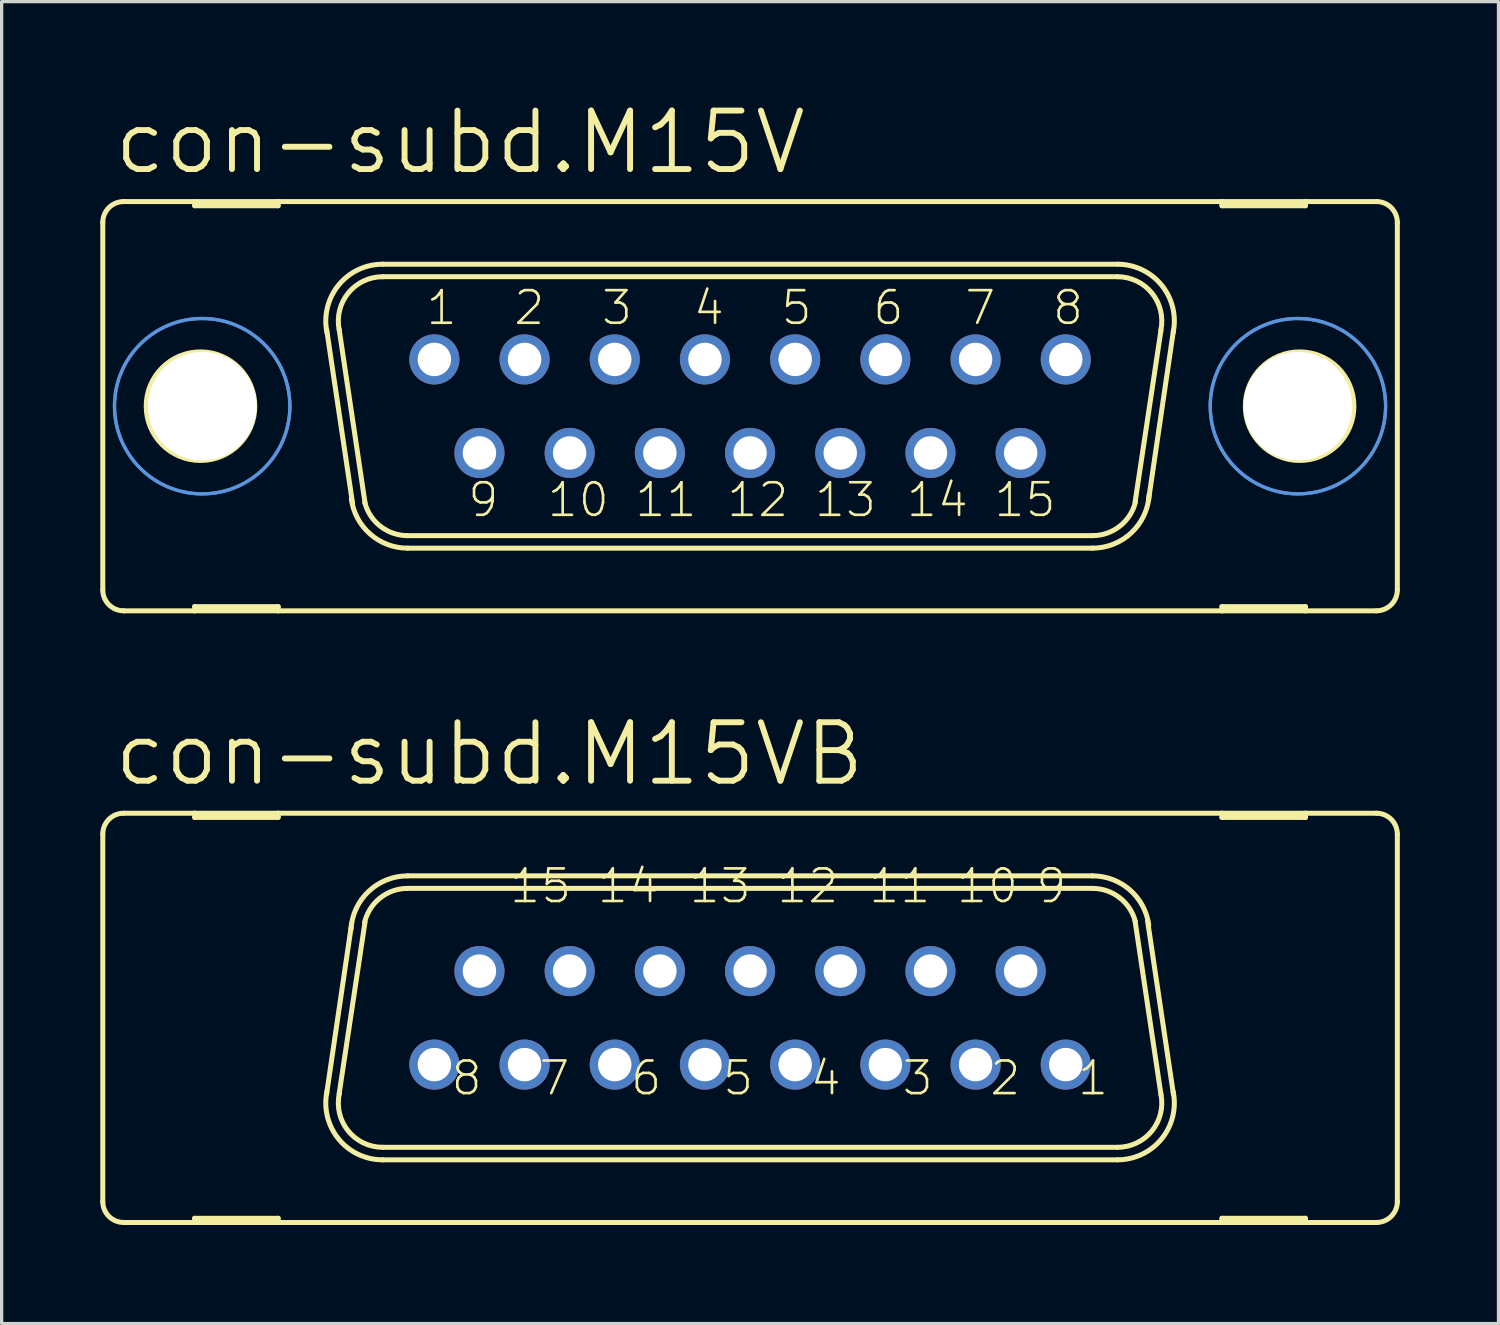
<source format=kicad_pcb>
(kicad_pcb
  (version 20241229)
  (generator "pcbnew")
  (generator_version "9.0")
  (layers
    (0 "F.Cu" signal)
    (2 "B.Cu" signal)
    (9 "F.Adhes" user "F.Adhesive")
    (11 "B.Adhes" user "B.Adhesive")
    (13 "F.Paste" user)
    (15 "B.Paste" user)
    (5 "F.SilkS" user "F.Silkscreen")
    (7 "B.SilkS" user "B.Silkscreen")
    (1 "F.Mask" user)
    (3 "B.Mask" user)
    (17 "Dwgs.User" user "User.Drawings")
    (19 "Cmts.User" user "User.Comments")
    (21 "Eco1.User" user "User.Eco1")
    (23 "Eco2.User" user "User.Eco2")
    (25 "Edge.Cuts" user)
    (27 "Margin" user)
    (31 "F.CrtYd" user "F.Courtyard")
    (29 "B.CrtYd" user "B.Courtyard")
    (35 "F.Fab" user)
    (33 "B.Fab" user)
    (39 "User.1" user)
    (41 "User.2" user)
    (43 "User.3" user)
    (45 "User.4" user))
  (footprint "con-subd.M15V"
    (layer "F.Cu")
    (at 19.761 9.303)
    (property "Reference" "con-subd.M15V" (at -19.431 -6.985 0) (layer "F.SilkS") (effects (font (size 1.778 1.778) (thickness 0.18)) (justify left bottom)))
    (attr through_hole)
    (fp_line (start -19.685 -5.588) (end -19.685 5.588) (stroke (width 0.152) (type default)) (layer "F.SilkS"))
    (fp_line (start -19.05 6.223) (end -16.891 6.223) (stroke (width 0.152) (type default)) (layer "F.SilkS"))
    (fp_line (start -16.891 -6.223) (end -19.05 -6.223) (stroke (width 0.152) (type default)) (layer "F.SilkS"))
    (fp_line (start -16.891 -6.223) (end -16.891 -6.096) (stroke (width 0.152) (type default)) (layer "F.SilkS"))
    (fp_line (start -16.891 -6.096) (end -14.351 -6.096) (stroke (width 0.152) (type default)) (layer "F.SilkS"))
    (fp_line (start -16.891 6.096) (end -14.351 6.096) (stroke (width 0.152) (type default)) (layer "F.SilkS"))
    (fp_line (start -16.891 6.223) (end -16.891 6.096) (stroke (width 0.152) (type default)) (layer "F.SilkS"))
    (fp_line (start -16.891 6.223) (end -14.351 6.223) (stroke (width 0.152) (type default)) (layer "F.SilkS"))
    (fp_line (start -14.351 -6.223) (end -16.891 -6.223) (stroke (width 0.152) (type default)) (layer "F.SilkS"))
    (fp_line (start -14.351 -6.096) (end -14.351 -6.223) (stroke (width 0.152) (type default)) (layer "F.SilkS"))
    (fp_line (start -14.351 6.096) (end -14.351 6.223) (stroke (width 0.152) (type default)) (layer "F.SilkS"))
    (fp_line (start -14.351 6.223) (end 14.351 6.223) (stroke (width 0.152) (type default)) (layer "F.SilkS"))
    (fp_line (start -12.09 2.946) (end -12.878 -2.337) (stroke (width 0.152) (type default)) (layer "F.SilkS"))
    (fp_line (start -11.709 2.946) (end -12.497 -2.337) (stroke (width 0.152) (type default)) (layer "F.SilkS"))
    (fp_line (start -11.176 -4.318) (end 11.176 -4.318) (stroke (width 0.152) (type default)) (layer "F.SilkS"))
    (fp_line (start -11.176 -3.937) (end 11.176 -3.937) (stroke (width 0.152) (type default)) (layer "F.SilkS"))
    (fp_line (start -10.414 3.937) (end 10.414 3.937) (stroke (width 0.152) (type default)) (layer "F.SilkS"))
    (fp_line (start -10.414 4.318) (end 10.414 4.318) (stroke (width 0.152) (type default)) (layer "F.SilkS"))
    (fp_line (start 12.497 -2.311) (end 11.709 2.921) (stroke (width 0.152) (type default)) (layer "F.SilkS"))
    (fp_line (start 12.878 -2.311) (end 12.116 2.87) (stroke (width 0.152) (type default)) (layer "F.SilkS"))
    (fp_line (start 14.351 -6.223) (end -14.351 -6.223) (stroke (width 0.152) (type default)) (layer "F.SilkS"))
    (fp_line (start 14.351 -6.223) (end 14.351 -6.096) (stroke (width 0.152) (type default)) (layer "F.SilkS"))
    (fp_line (start 14.351 -6.096) (end 16.891 -6.096) (stroke (width 0.152) (type default)) (layer "F.SilkS"))
    (fp_line (start 14.351 6.096) (end 16.891 6.096) (stroke (width 0.152) (type default)) (layer "F.SilkS"))
    (fp_line (start 14.351 6.223) (end 14.351 6.096) (stroke (width 0.152) (type default)) (layer "F.SilkS"))
    (fp_line (start 14.351 6.223) (end 16.891 6.223) (stroke (width 0.152) (type default)) (layer "F.SilkS"))
    (fp_line (start 16.891 -6.223) (end 14.351 -6.223) (stroke (width 0.152) (type default)) (layer "F.SilkS"))
    (fp_line (start 16.891 -6.096) (end 16.891 -6.223) (stroke (width 0.152) (type default)) (layer "F.SilkS"))
    (fp_line (start 16.891 6.096) (end 16.891 6.223) (stroke (width 0.152) (type default)) (layer "F.SilkS"))
    (fp_line (start 16.891 6.223) (end 19.05 6.223) (stroke (width 0.152) (type default)) (layer "F.SilkS"))
    (fp_line (start 19.05 -6.223) (end 16.891 -6.223) (stroke (width 0.152) (type default)) (layer "F.SilkS"))
    (fp_line (start 19.685 -5.588) (end 19.685 5.588) (stroke (width 0.152) (type default)) (layer "F.SilkS"))
    (fp_arc (start -19.685 -5.588) (mid -19.499013 -6.037013) (end -19.05 -6.223) (stroke (width 0.1524) (type default)) (layer "F.SilkS"))
    (fp_arc (start -19.05 6.223) (mid -19.499013 6.037013) (end -19.685 5.588) (stroke (width 0.1524) (type default)) (layer "F.SilkS"))
    (fp_arc (start -12.8697 -2.2521) (mid -12.511717 -3.685841) (end -11.176 -4.318) (stroke (width 0.1524) (type default)) (layer "F.SilkS"))
    (fp_arc (start -12.4961 -2.3268) (mid -12.217082 -3.444284) (end -11.176 -3.937) (stroke (width 0.1524) (type default)) (layer "F.SilkS"))
    (fp_arc (start -10.414 3.937) (mid -11.2375 3.655746) (end -11.7169 2.9295) (stroke (width 0.1524) (type default)) (layer "F.SilkS"))
    (fp_arc (start -10.414 4.318) (mid -11.551711 3.890312) (end -12.126 2.8191) (stroke (width 0.1524) (type default)) (layer "F.SilkS"))
    (fp_arc (start 11.176 -4.318) (mid 12.511812 -3.685867) (end 12.87 -2.2521) (stroke (width 0.1524) (type default)) (layer "F.SilkS"))
    (fp_arc (start 11.176 -3.937) (mid 12.224556 -3.435184) (end 12.4915 -2.3038) (stroke (width 0.1524) (type default)) (layer "F.SilkS"))
    (fp_arc (start 11.7227 2.905) (mid 11.247256 3.647874) (end 10.414 3.937) (stroke (width 0.1524) (type default)) (layer "F.SilkS"))
    (fp_arc (start 12.1383 2.6849) (mid 11.601366 3.844828) (end 10.414 4.318) (stroke (width 0.1524) (type default)) (layer "F.SilkS"))
    (fp_arc (start 19.05 -6.223) (mid 19.499013 -6.037013) (end 19.685 -5.588) (stroke (width 0.1524) (type default)) (layer "F.SilkS"))
    (fp_arc (start 19.685 5.588) (mid 19.499013 6.037013) (end 19.05 6.223) (stroke (width 0.1524) (type default)) (layer "F.SilkS"))
    (fp_circle (center -16.713 0) (end -15.062 0) (stroke (width 0.152) (type default)) (fill no) (layer "F.SilkS"))
    (fp_circle (center 16.713 0) (end 18.364 0) (stroke (width 0.152) (type default)) (fill no) (layer "F.SilkS"))
    (fp_circle (center -16.662 0) (end -13.995 0) (stroke (width 0.1) (type default)) (fill no) (layer "Cmts.User"))
    (fp_circle (center -16.662 0) (end -13.995 0) (stroke (width 0.1) (type default)) (fill no) (layer "Cmts.User"))
    (fp_circle (center 16.662 0) (end 19.329 0) (stroke (width 0.1) (type default)) (fill no) (layer "Cmts.User"))
    (fp_circle (center 16.662 0) (end 19.329 0) (stroke (width 0.1) (type default)) (fill no) (layer "Cmts.User"))
    (fp_circle (center -9.601 -1.422) (end -9.347 -1.422) (stroke (width 0.406) (type default)) (fill no) (layer "F.Fab"))
    (fp_circle (center -8.23 1.422) (end -7.976 1.422) (stroke (width 0.406) (type default)) (fill no) (layer "F.Fab"))
    (fp_circle (center -6.858 -1.422) (end -6.604 -1.422) (stroke (width 0.406) (type default)) (fill no) (layer "F.Fab"))
    (fp_circle (center -5.486 1.422) (end -5.232 1.422) (stroke (width 0.406) (type default)) (fill no) (layer "F.Fab"))
    (fp_circle (center -4.115 -1.422) (end -3.861 -1.422) (stroke (width 0.406) (type default)) (fill no) (layer "F.Fab"))
    (fp_circle (center -2.743 1.422) (end -2.489 1.422) (stroke (width 0.406) (type default)) (fill no) (layer "F.Fab"))
    (fp_circle (center -1.372 -1.422) (end -1.118 -1.422) (stroke (width 0.406) (type default)) (fill no) (layer "F.Fab"))
    (fp_circle (center 0 1.422) (end 0.254 1.422) (stroke (width 0.406) (type default)) (fill no) (layer "F.Fab"))
    (fp_circle (center 1.372 -1.422) (end 1.626 -1.422) (stroke (width 0.406) (type default)) (fill no) (layer "F.Fab"))
    (fp_circle (center 2.743 1.422) (end 2.997 1.422) (stroke (width 0.406) (type default)) (fill no) (layer "F.Fab"))
    (fp_circle (center 4.115 -1.422) (end 4.369 -1.422) (stroke (width 0.406) (type default)) (fill no) (layer "F.Fab"))
    (fp_circle (center 5.486 1.422) (end 5.74 1.422) (stroke (width 0.406) (type default)) (fill no) (layer "F.Fab"))
    (fp_circle (center 6.858 -1.422) (end 7.112 -1.422) (stroke (width 0.406) (type default)) (fill no) (layer "F.Fab"))
    (fp_circle (center 8.23 1.422) (end 8.484 1.422) (stroke (width 0.406) (type default)) (fill no) (layer "F.Fab"))
    (fp_circle (center 9.601 -1.422) (end 9.855 -1.422) (stroke (width 0.406) (type default)) (fill no) (layer "F.Fab"))
    (fp_text user "10" (at -6.223 3.429 0) (layer "F.SilkS") (effects (font (size 0.991 0.991) (thickness 0.08)) (justify left bottom)))
    (fp_text user "9" (at -8.636 3.429 0) (layer "F.SilkS") (effects (font (size 0.991 0.991) (thickness 0.08)) (justify left bottom)))
    (fp_text user "13" (at 1.905 3.429 0) (layer "F.SilkS") (effects (font (size 0.991 0.991) (thickness 0.08)) (justify left bottom)))
    (fp_text user "11" (at -3.556 3.429 0) (layer "F.SilkS") (effects (font (size 0.991 0.991) (thickness 0.08)) (justify left bottom)))
    (fp_text user "1" (at -9.906 -2.413 0) (layer "F.SilkS") (effects (font (size 0.991 0.991) (thickness 0.08)) (justify left bottom)))
    (fp_text user "6" (at 3.683 -2.413 0) (layer "F.SilkS") (effects (font (size 0.991 0.991) (thickness 0.08)) (justify left bottom)))
    (fp_text user "3" (at -4.572 -2.413 0) (layer "F.SilkS") (effects (font (size 0.991 0.991) (thickness 0.08)) (justify left bottom)))
    (fp_text user "12" (at -0.762 3.429 0) (layer "F.SilkS") (effects (font (size 0.991 0.991) (thickness 0.08)) (justify left bottom)))
    (fp_text user "2" (at -7.239 -2.413 0) (layer "F.SilkS") (effects (font (size 0.991 0.991) (thickness 0.08)) (justify left bottom)))
    (fp_text user "5" (at 0.889 -2.413 0) (layer "F.SilkS") (effects (font (size 0.991 0.991) (thickness 0.08)) (justify left bottom)))
    (fp_text user "4" (at -1.778 -2.413 0) (layer "F.SilkS") (effects (font (size 0.991 0.991) (thickness 0.08)) (justify left bottom)))
    (fp_text user "15" (at 7.366 3.429 0) (layer "F.SilkS") (effects (font (size 0.991 0.991) (thickness 0.08)) (justify left bottom)))
    (fp_text user "14" (at 4.699 3.429 0) (layer "F.SilkS") (effects (font (size 0.991 0.991) (thickness 0.08)) (justify left bottom)))
    (fp_text user "7" (at 6.477 -2.413 0) (layer "F.SilkS") (effects (font (size 0.991 0.991) (thickness 0.08)) (justify left bottom)))
    (fp_text user "8" (at 9.144 -2.413 0) (layer "F.SilkS") (effects (font (size 0.991 0.991) (thickness 0.08)) (justify left bottom)))
    (pad "" np_thru_hole circle (at -16.662 0) (size 3.302 3.302) (drill 3.302) (layers "*.Cu" "*.Mask"))
    (pad "" np_thru_hole circle (at 16.662 0) (size 3.302 3.302) (drill 3.302) (layers "*.Cu" "*.Mask"))
    (pad "1" thru_hole circle (at -9.601 -1.422) (size 1.524 1.524) (drill 1.016) (layers "*.Cu" "*.Mask"))
    (pad "2" thru_hole circle (at -6.858 -1.422) (size 1.524 1.524) (drill 1.016) (layers "*.Cu" "*.Mask"))
    (pad "3" thru_hole circle (at -4.115 -1.422) (size 1.524 1.524) (drill 1.016) (layers "*.Cu" "*.Mask"))
    (pad "4" thru_hole circle (at -1.372 -1.422) (size 1.524 1.524) (drill 1.016) (layers "*.Cu" "*.Mask"))
    (pad "5" thru_hole circle (at 1.372 -1.422) (size 1.524 1.524) (drill 1.016) (layers "*.Cu" "*.Mask"))
    (pad "6" thru_hole circle (at 4.115 -1.422) (size 1.524 1.524) (drill 1.016) (layers "*.Cu" "*.Mask"))
    (pad "7" thru_hole circle (at 6.858 -1.422) (size 1.524 1.524) (drill 1.016) (layers "*.Cu" "*.Mask"))
    (pad "8" thru_hole circle (at 9.601 -1.422) (size 1.524 1.524) (drill 1.016) (layers "*.Cu" "*.Mask"))
    (pad "9" thru_hole circle (at -8.23 1.422) (size 1.524 1.524) (drill 1.016) (layers "*.Cu" "*.Mask"))
    (pad "10" thru_hole circle (at -5.486 1.422) (size 1.524 1.524) (drill 1.016) (layers "*.Cu" "*.Mask"))
    (pad "11" thru_hole circle (at -2.743 1.422) (size 1.524 1.524) (drill 1.016) (layers "*.Cu" "*.Mask"))
    (pad "12" thru_hole circle (at 0 1.422) (size 1.524 1.524) (drill 1.016) (layers "*.Cu" "*.Mask"))
    (pad "13" thru_hole circle (at 2.743 1.422) (size 1.524 1.524) (drill 1.016) (layers "*.Cu" "*.Mask"))
    (pad "14" thru_hole circle (at 5.486 1.422) (size 1.524 1.524) (drill 1.016) (layers "*.Cu" "*.Mask"))
    (pad "15" thru_hole circle (at 8.23 1.422) (size 1.524 1.524) (drill 1.016) (layers "*.Cu" "*.Mask")))
  (footprint "con-subd.M15VB"
    (layer "F.Cu")
    (at 19.761 27.905)
    (property "Reference" "con-subd.M15VB" (at -19.431 -6.985 0) (layer "F.SilkS") (effects (font (size 1.778 1.778) (thickness 0.18)) (justify left bottom)))
    (attr through_hole)
    (fp_line (start -19.685 5.588) (end -19.685 -5.588) (stroke (width 0.152) (type default)) (layer "F.SilkS"))
    (fp_line (start -19.05 6.223) (end -16.891 6.223) (stroke (width 0.152) (type default)) (layer "F.SilkS"))
    (fp_line (start -16.891 -6.223) (end -19.05 -6.223) (stroke (width 0.152) (type default)) (layer "F.SilkS"))
    (fp_line (start -16.891 -6.096) (end -16.891 -6.223) (stroke (width 0.152) (type default)) (layer "F.SilkS"))
    (fp_line (start -16.891 6.096) (end -16.891 6.223) (stroke (width 0.152) (type default)) (layer "F.SilkS"))
    (fp_line (start -16.891 6.223) (end -14.351 6.223) (stroke (width 0.152) (type default)) (layer "F.SilkS"))
    (fp_line (start -14.351 -6.223) (end -16.891 -6.223) (stroke (width 0.152) (type default)) (layer "F.SilkS"))
    (fp_line (start -14.351 -6.223) (end -14.351 -6.096) (stroke (width 0.152) (type default)) (layer "F.SilkS"))
    (fp_line (start -14.351 -6.096) (end -16.891 -6.096) (stroke (width 0.152) (type default)) (layer "F.SilkS"))
    (fp_line (start -14.351 6.096) (end -16.891 6.096) (stroke (width 0.152) (type default)) (layer "F.SilkS"))
    (fp_line (start -14.351 6.223) (end -14.351 6.096) (stroke (width 0.152) (type default)) (layer "F.SilkS"))
    (fp_line (start -14.351 6.223) (end 14.351 6.223) (stroke (width 0.152) (type default)) (layer "F.SilkS"))
    (fp_line (start -12.878 2.311) (end -12.116 -2.87) (stroke (width 0.152) (type default)) (layer "F.SilkS"))
    (fp_line (start -12.497 2.311) (end -11.709 -2.921) (stroke (width 0.152) (type default)) (layer "F.SilkS"))
    (fp_line (start 10.414 -4.318) (end -10.414 -4.318) (stroke (width 0.152) (type default)) (layer "F.SilkS"))
    (fp_line (start 10.414 -3.937) (end -10.414 -3.937) (stroke (width 0.152) (type default)) (layer "F.SilkS"))
    (fp_line (start 11.176 3.937) (end -11.176 3.937) (stroke (width 0.152) (type default)) (layer "F.SilkS"))
    (fp_line (start 11.176 4.318) (end -11.176 4.318) (stroke (width 0.152) (type default)) (layer "F.SilkS"))
    (fp_line (start 11.709 -2.946) (end 12.497 2.337) (stroke (width 0.152) (type default)) (layer "F.SilkS"))
    (fp_line (start 12.09 -2.946) (end 12.878 2.337) (stroke (width 0.152) (type default)) (layer "F.SilkS"))
    (fp_line (start 14.351 -6.223) (end -14.351 -6.223) (stroke (width 0.152) (type default)) (layer "F.SilkS"))
    (fp_line (start 14.351 -6.096) (end 14.351 -6.223) (stroke (width 0.152) (type default)) (layer "F.SilkS"))
    (fp_line (start 14.351 6.096) (end 14.351 6.223) (stroke (width 0.152) (type default)) (layer "F.SilkS"))
    (fp_line (start 14.351 6.223) (end 16.891 6.223) (stroke (width 0.152) (type default)) (layer "F.SilkS"))
    (fp_line (start 16.891 -6.223) (end 14.351 -6.223) (stroke (width 0.152) (type default)) (layer "F.SilkS"))
    (fp_line (start 16.891 -6.223) (end 16.891 -6.096) (stroke (width 0.152) (type default)) (layer "F.SilkS"))
    (fp_line (start 16.891 -6.096) (end 14.351 -6.096) (stroke (width 0.152) (type default)) (layer "F.SilkS"))
    (fp_line (start 16.891 6.096) (end 14.351 6.096) (stroke (width 0.152) (type default)) (layer "F.SilkS"))
    (fp_line (start 16.891 6.223) (end 16.891 6.096) (stroke (width 0.152) (type default)) (layer "F.SilkS"))
    (fp_line (start 16.891 6.223) (end 19.05 6.223) (stroke (width 0.152) (type default)) (layer "F.SilkS"))
    (fp_line (start 19.05 -6.223) (end 16.891 -6.223) (stroke (width 0.152) (type default)) (layer "F.SilkS"))
    (fp_line (start 19.685 5.588) (end 19.685 -5.588) (stroke (width 0.152) (type default)) (layer "F.SilkS"))
    (fp_arc (start -19.685 -5.588) (mid -19.499013 -6.037013) (end -19.05 -6.223) (stroke (width 0.1524) (type default)) (layer "F.SilkS"))
    (fp_arc (start -19.05 6.223) (mid -19.499013 6.037013) (end -19.685 5.588) (stroke (width 0.1524) (type default)) (layer "F.SilkS"))
    (fp_arc (start -12.1383 -2.6849) (mid -11.601366 -3.844828) (end -10.414 -4.318) (stroke (width 0.1524) (type default)) (layer "F.SilkS"))
    (fp_arc (start -11.7227 -2.905) (mid -11.247256 -3.647874) (end -10.414 -3.937) (stroke (width 0.1524) (type default)) (layer "F.SilkS"))
    (fp_arc (start -11.176 3.937) (mid -12.224556 3.435184) (end -12.4915 2.3038) (stroke (width 0.1524) (type default)) (layer "F.SilkS"))
    (fp_arc (start -11.176 4.318) (mid -12.511812 3.685867) (end -12.87 2.2521) (stroke (width 0.1524) (type default)) (layer "F.SilkS"))
    (fp_arc (start 10.414 -4.318) (mid 11.551711 -3.890312) (end 12.126 -2.8191) (stroke (width 0.1524) (type default)) (layer "F.SilkS"))
    (fp_arc (start 10.414 -3.937) (mid 11.2375 -3.655746) (end 11.7169 -2.9295) (stroke (width 0.1524) (type default)) (layer "F.SilkS"))
    (fp_arc (start 12.4961 2.3268) (mid 12.217082 3.444284) (end 11.176 3.937) (stroke (width 0.1524) (type default)) (layer "F.SilkS"))
    (fp_arc (start 12.8697 2.2521) (mid 12.511717 3.685841) (end 11.176 4.318) (stroke (width 0.1524) (type default)) (layer "F.SilkS"))
    (fp_arc (start 19.05 -6.223) (mid 19.499013 -6.037013) (end 19.685 -5.588) (stroke (width 0.1524) (type default)) (layer "F.SilkS"))
    (fp_arc (start 19.685 5.588) (mid 19.499013 6.037013) (end 19.05 6.223) (stroke (width 0.1524) (type default)) (layer "F.SilkS"))
    (fp_circle (center -9.601 1.422) (end -9.347 1.422) (stroke (width 0.406) (type default)) (fill no) (layer "F.Fab"))
    (fp_circle (center -8.23 -1.422) (end -7.976 -1.422) (stroke (width 0.406) (type default)) (fill no) (layer "F.Fab"))
    (fp_circle (center -6.858 1.422) (end -6.604 1.422) (stroke (width 0.406) (type default)) (fill no) (layer "F.Fab"))
    (fp_circle (center -5.486 -1.422) (end -5.232 -1.422) (stroke (width 0.406) (type default)) (fill no) (layer "F.Fab"))
    (fp_circle (center -4.115 1.422) (end -3.861 1.422) (stroke (width 0.406) (type default)) (fill no) (layer "F.Fab"))
    (fp_circle (center -2.743 -1.422) (end -2.489 -1.422) (stroke (width 0.406) (type default)) (fill no) (layer "F.Fab"))
    (fp_circle (center -1.372 1.422) (end -1.118 1.422) (stroke (width 0.406) (type default)) (fill no) (layer "F.Fab"))
    (fp_circle (center 0 -1.422) (end 0.254 -1.422) (stroke (width 0.406) (type default)) (fill no) (layer "F.Fab"))
    (fp_circle (center 1.372 1.422) (end 1.626 1.422) (stroke (width 0.406) (type default)) (fill no) (layer "F.Fab"))
    (fp_circle (center 2.743 -1.422) (end 2.997 -1.422) (stroke (width 0.406) (type default)) (fill no) (layer "F.Fab"))
    (fp_circle (center 4.115 1.422) (end 4.369 1.422) (stroke (width 0.406) (type default)) (fill no) (layer "F.Fab"))
    (fp_circle (center 5.486 -1.422) (end 5.74 -1.422) (stroke (width 0.406) (type default)) (fill no) (layer "F.Fab"))
    (fp_circle (center 6.858 1.422) (end 7.112 1.422) (stroke (width 0.406) (type default)) (fill no) (layer "F.Fab"))
    (fp_circle (center 8.23 -1.422) (end 8.484 -1.422) (stroke (width 0.406) (type default)) (fill no) (layer "F.Fab"))
    (fp_circle (center 9.601 1.422) (end 9.855 1.422) (stroke (width 0.406) (type default)) (fill no) (layer "F.Fab"))
    (fp_text user "13" (at -1.905 -3.429 180) (layer "F.SilkS") (effects (font (size 0.991 0.991) (thickness 0.08)) (justify left bottom)))
    (fp_text user "4" (at 1.778 2.413 180) (layer "F.SilkS") (effects (font (size 0.991 0.991) (thickness 0.08)) (justify left bottom)))
    (fp_text user "5" (at -0.889 2.413 180) (layer "F.SilkS") (effects (font (size 0.991 0.991) (thickness 0.08)) (justify left bottom)))
    (fp_text user "8" (at -9.144 2.413 180) (layer "F.SilkS") (effects (font (size 0.991 0.991) (thickness 0.08)) (justify left bottom)))
    (fp_text user "14" (at -4.699 -3.429 180) (layer "F.SilkS") (effects (font (size 0.991 0.991) (thickness 0.08)) (justify left bottom)))
    (fp_text user "10" (at 6.223 -3.429 180) (layer "F.SilkS") (effects (font (size 0.991 0.991) (thickness 0.08)) (justify left bottom)))
    (fp_text user "3" (at 4.572 2.413 180) (layer "F.SilkS") (effects (font (size 0.991 0.991) (thickness 0.08)) (justify left bottom)))
    (fp_text user "7" (at -6.477 2.413 180) (layer "F.SilkS") (effects (font (size 0.991 0.991) (thickness 0.08)) (justify left bottom)))
    (fp_text user "1" (at 9.906 2.413 180) (layer "F.SilkS") (effects (font (size 0.991 0.991) (thickness 0.08)) (justify left bottom)))
    (fp_text user "12" (at 0.762 -3.429 180) (layer "F.SilkS") (effects (font (size 0.991 0.991) (thickness 0.08)) (justify left bottom)))
    (fp_text user "11" (at 3.556 -3.429 180) (layer "F.SilkS") (effects (font (size 0.991 0.991) (thickness 0.08)) (justify left bottom)))
    (fp_text user "6" (at -3.683 2.413 180) (layer "F.SilkS") (effects (font (size 0.991 0.991) (thickness 0.08)) (justify left bottom)))
    (fp_text user "15" (at -7.366 -3.429 180) (layer "F.SilkS") (effects (font (size 0.991 0.991) (thickness 0.08)) (justify left bottom)))
    (fp_text user "9" (at 8.636 -3.429 180) (layer "F.SilkS") (effects (font (size 0.991 0.991) (thickness 0.08)) (justify left bottom)))
    (fp_text user "2" (at 7.239 2.413 180) (layer "F.SilkS") (effects (font (size 0.991 0.991) (thickness 0.08)) (justify left bottom)))
    (pad "1" thru_hole circle (at 9.601 1.422) (size 1.524 1.524) (drill 1.016) (layers "*.Cu" "*.Mask"))
    (pad "2" thru_hole circle (at 6.858 1.422) (size 1.524 1.524) (drill 1.016) (layers "*.Cu" "*.Mask"))
    (pad "3" thru_hole circle (at 4.115 1.422) (size 1.524 1.524) (drill 1.016) (layers "*.Cu" "*.Mask"))
    (pad "4" thru_hole circle (at 1.372 1.422) (size 1.524 1.524) (drill 1.016) (layers "*.Cu" "*.Mask"))
    (pad "5" thru_hole circle (at -1.372 1.422) (size 1.524 1.524) (drill 1.016) (layers "*.Cu" "*.Mask"))
    (pad "6" thru_hole circle (at -4.115 1.422) (size 1.524 1.524) (drill 1.016) (layers "*.Cu" "*.Mask"))
    (pad "7" thru_hole circle (at -6.858 1.422) (size 1.524 1.524) (drill 1.016) (layers "*.Cu" "*.Mask"))
    (pad "8" thru_hole circle (at -9.601 1.422) (size 1.524 1.524) (drill 1.016) (layers "*.Cu" "*.Mask"))
    (pad "9" thru_hole circle (at 8.23 -1.422) (size 1.524 1.524) (drill 1.016) (layers "*.Cu" "*.Mask"))
    (pad "10" thru_hole circle (at 5.486 -1.422) (size 1.524 1.524) (drill 1.016) (layers "*.Cu" "*.Mask"))
    (pad "11" thru_hole circle (at 2.743 -1.422) (size 1.524 1.524) (drill 1.016) (layers "*.Cu" "*.Mask"))
    (pad "12" thru_hole circle (at 0 -1.422) (size 1.524 1.524) (drill 1.016) (layers "*.Cu" "*.Mask"))
    (pad "13" thru_hole circle (at -2.743 -1.422) (size 1.524 1.524) (drill 1.016) (layers "*.Cu" "*.Mask"))
    (pad "14" thru_hole circle (at -5.486 -1.422) (size 1.524 1.524) (drill 1.016) (layers "*.Cu" "*.Mask"))
    (pad "15" thru_hole circle (at -8.23 -1.422) (size 1.524 1.524) (drill 1.016) (layers "*.Cu" "*.Mask")))
  (gr_rect
    (start -3 -3)
    (end 42.522 37.204)
    (stroke (width 0.1) (type default))
    (fill no)
    (layer "Edge.Cuts")))
</source>
